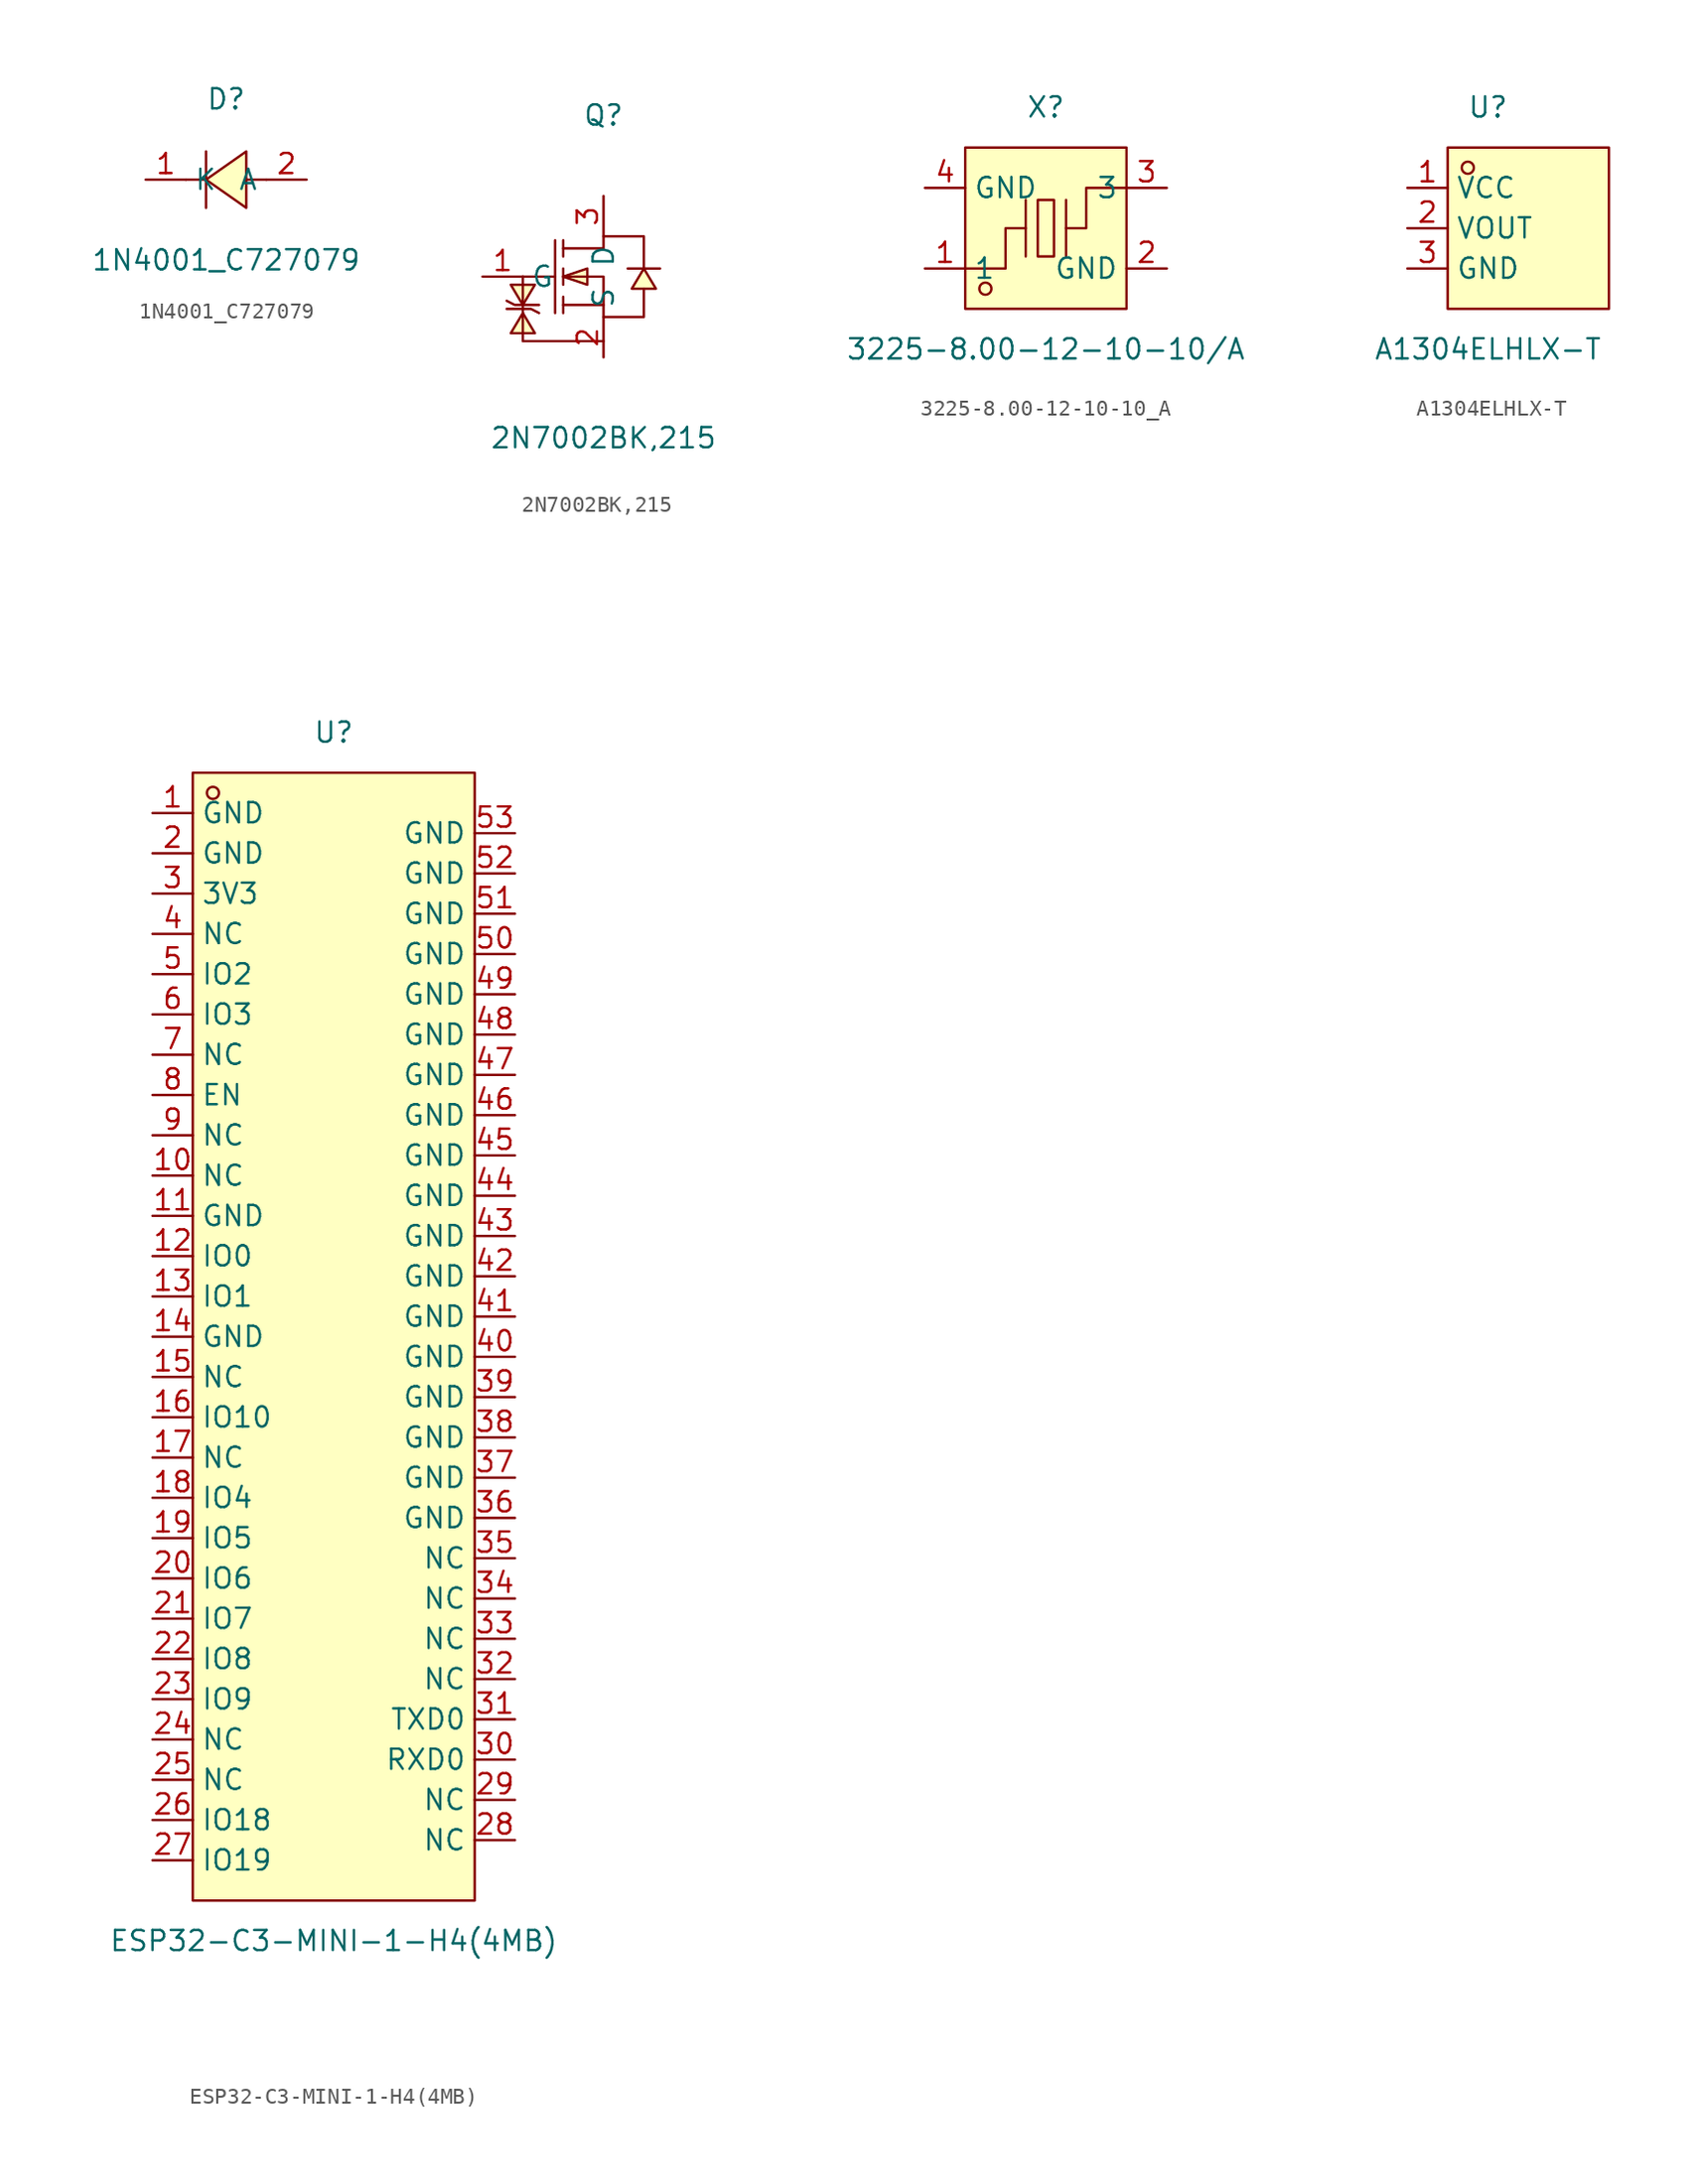
<source format=kicad_sym>
(kicad_symbol_lib
  (version 20211014)
  (generator https://github.com/uPesy/easyeda2kicad.py)
  (symbol "1N4001_C727079"
    (property "Reference" "D"
      (at 0 5.08 0)
      (effects (font (size 1.27 1.27))))
    (property "Value" "1N4001_C727079"
      (at 0 -5.08 0)
      (effects (font (size 1.27 1.27))))
    (symbol "1N4001_C727079_0_1"
      (polyline (pts (xy 1.27 1.78) (xy -1.27 -0.00) (xy 1.27 -1.78) (xy 1.27 1.78)) (stroke (width 0) (type default) (color 0 0 0 0)) (fill (type background)))
      (polyline (pts (xy -1.27 -0.00) (xy -2.54 -0.00)) (stroke (width 0) (type default) (color 0 0 0 0)) (fill (type none)))
      (polyline (pts (xy 2.54 -0.00) (xy 1.27 -0.00)) (stroke (width 0) (type default) (color 0 0 0 0)) (fill (type none)))
      (polyline (pts (xy -1.27 1.78) (xy -1.27 -1.78)) (stroke (width 0) (type default) (color 0 0 0 0)) (fill (type none)))
      (pin unspecified line (at 5.08 -0.00 180) (length 2.54) (name "A" (effects (font (size 1.27 1.27)))) (number "2" (effects (font (size 1.27 1.27)))))
      (pin unspecified line (at -5.08 -0.00 0) (length 2.54) (name "K" (effects (font (size 1.27 1.27)))) (number "1" (effects (font (size 1.27 1.27)))))))
  (symbol "2N7002BK,215"
    (property "Reference" "Q"
      (at 0 10.16 0)
      (effects (font (size 1.27 1.27))))
    (property "Value" "2N7002BK,215"
      (at 0 -10.16 0)
      (effects (font (size 1.27 1.27))))
    (symbol "2N7002BK,215_0_1"
      (polyline (pts (xy -2.54 1.78) (xy 0.00 1.78) (xy 0.00 2.54) (xy 2.54 2.54) (xy 2.54 0.51)) (stroke (width 0) (type default) (color 0 0 0 0)) (fill (type none)))
      (polyline (pts (xy -2.54 -0.00) (xy 0.00 -0.00) (xy 0.00 -2.54) (xy 2.54 -2.54) (xy 2.54 -0.76)) (stroke (width 0) (type default) (color 0 0 0 0)) (fill (type none)))
      (polyline (pts (xy 0.00 -1.78) (xy -2.54 -1.78)) (stroke (width 0) (type default) (color 0 0 0 0)) (fill (type none)))
      (polyline (pts (xy -3.05 2.29) (xy -3.05 -2.29)) (stroke (width 0) (type default) (color 0 0 0 0)) (fill (type none)))
      (polyline (pts (xy -2.54 2.29) (xy -2.54 1.27)) (stroke (width 0) (type default) (color 0 0 0 0)) (fill (type none)))
      (polyline (pts (xy -2.54 -0.51) (xy -2.54 0.51)) (stroke (width 0) (type default) (color 0 0 0 0)) (fill (type none)))
      (polyline (pts (xy -2.54 -2.29) (xy -2.54 -1.27)) (stroke (width 0) (type default) (color 0 0 0 0)) (fill (type none)))
      (polyline (pts (xy -5.08 -0.00) (xy -3.05 -0.00)) (stroke (width 0) (type default) (color 0 0 0 0)) (fill (type none)))
      (polyline (pts (xy 3.56 0.51) (xy 3.05 0.51) (xy 2.03 0.51) (xy 1.52 0.51)) (stroke (width 0) (type default) (color 0 0 0 0)) (fill (type none)))
      (polyline (pts (xy -4.06 -1.78) (xy -4.57 -1.78) (xy -5.59 -1.78) (xy -6.10 -1.52)) (stroke (width 0) (type default) (color 0 0 0 0)) (fill (type none)))
      (polyline (pts (xy -4.06 -2.29) (xy -4.57 -2.03) (xy -5.59 -2.03) (xy -6.10 -2.03)) (stroke (width 0) (type default) (color 0 0 0 0)) (fill (type none)))
      (polyline (pts (xy -5.08 -0.00) (xy -5.08 -4.06) (xy 0.00 -4.06)) (stroke (width 0) (type default) (color 0 0 0 0)) (fill (type none)))
      (polyline (pts (xy -2.54 -0.00) (xy -1.02 -0.51) (xy -1.02 0.51) (xy -2.54 -0.00)) (stroke (width 0) (type default) (color 0 0 0 0)) (fill (type background)))
      (polyline (pts (xy 2.54 0.51) (xy 1.78 -0.76) (xy 3.30 -0.76) (xy 2.54 0.51)) (stroke (width 0) (type default) (color 0 0 0 0)) (fill (type background)))
      (polyline (pts (xy -5.08 -1.78) (xy -5.84 -0.51) (xy -4.32 -0.51) (xy -5.08 -1.78)) (stroke (width 0) (type default) (color 0 0 0 0)) (fill (type background)))
      (polyline (pts (xy -5.08 -2.29) (xy -5.84 -3.56) (xy -4.32 -3.56) (xy -5.08 -2.29)) (stroke (width 0) (type default) (color 0 0 0 0)) (fill (type background)))
      (pin unspecified line (at 0.00 5.08 270) (length 2.54) (name "D" (effects (font (size 1.27 1.27)))) (number "3" (effects (font (size 1.27 1.27)))))
      (pin unspecified line (at -7.62 -0.00 0) (length 2.54) (name "G" (effects (font (size 1.27 1.27)))) (number "1" (effects (font (size 1.27 1.27)))))
      (pin unspecified line (at 0.00 -5.08 90) (length 2.54) (name "S" (effects (font (size 1.27 1.27)))) (number "2" (effects (font (size 1.27 1.27)))))))
  (symbol "3225-8.00-12-10-10_A"
    (property "Reference" "X"
      (at 0 7.62 0)
      (effects (font (size 1.27 1.27))))
    (property "Value" "3225-8.00-12-10-10/A"
      (at 0 -7.62 0)
      (effects (font (size 1.27 1.27))))
    (symbol "3225-8.00-12-10-10_A_0_1"
      (rectangle (start -5.08 5.08) (end 5.08 -5.08) (stroke (width 0) (type default) (color 0 0 0 0)) (fill (type background)))
      (rectangle (start -0.51 1.78) (end 0.51 -1.78) (stroke (width 0) (type default) (color 0 0 0 0)) (fill (type background)))
      (circle (center -3.81 -3.81) (radius 0.38) (stroke (width 0) (type default) (color 0 0 0 0)) (fill (type none)))
      (polyline (pts (xy -1.27 -1.78) (xy -1.27 1.78)) (stroke (width 0) (type default) (color 0 0 0 0)) (fill (type none)))
      (polyline (pts (xy 1.27 -1.78) (xy 1.27 1.78)) (stroke (width 0) (type default) (color 0 0 0 0)) (fill (type none)))
      (polyline (pts (xy -5.08 -2.54) (xy -2.54 -2.54) (xy -2.54 -0.00) (xy -1.27 -0.00)) (stroke (width 0) (type default) (color 0 0 0 0)) (fill (type none)))
      (polyline (pts (xy 5.08 2.54) (xy 2.54 2.54) (xy 2.54 -0.00) (xy 1.27 -0.00)) (stroke (width 0) (type default) (color 0 0 0 0)) (fill (type none)))
      (pin input line (at -7.62 -2.54 0) (length 2.54) (name "1" (effects (font (size 1.27 1.27)))) (number "1" (effects (font (size 1.27 1.27)))))
      (pin input line (at 7.62 2.54 180) (length 2.54) (name "3" (effects (font (size 1.27 1.27)))) (number "3" (effects (font (size 1.27 1.27)))))
      (pin input line (at -7.62 2.54 0) (length 2.54) (name "GND" (effects (font (size 1.27 1.27)))) (number "4" (effects (font (size 1.27 1.27)))))
      (pin input line (at 7.62 -2.54 180) (length 2.54) (name "GND" (effects (font (size 1.27 1.27)))) (number "2" (effects (font (size 1.27 1.27)))))))
  (symbol "A1304ELHLX-T"
    (property "Reference" "U"
      (at 0 7.62 0)
      (effects (font (size 1.27 1.27))))
    (property "Value" "A1304ELHLX-T"
      (at 0 -7.62 0)
      (effects (font (size 1.27 1.27))))
    (symbol "A1304ELHLX-T_0_1"
      (rectangle (start -2.54 5.08) (end 7.62 -5.08) (stroke (width 0) (type default) (color 0 0 0 0)) (fill (type background)))
      (circle (center -1.27 3.81) (radius 0.38) (stroke (width 0) (type default) (color 0 0 0 0)) (fill (type none)))
      (pin unspecified line (at -5.08 -2.54 0) (length 2.54) (name "GND" (effects (font (size 1.27 1.27)))) (number "3" (effects (font (size 1.27 1.27)))))
      (pin unspecified line (at -5.08 -0.00 0) (length 2.54) (name "VOUT" (effects (font (size 1.27 1.27)))) (number "2" (effects (font (size 1.27 1.27)))))
      (pin unspecified line (at -5.08 2.54 0) (length 2.54) (name "VCC" (effects (font (size 1.27 1.27)))) (number "1" (effects (font (size 1.27 1.27)))))))
  (symbol "ESP32-C3-MINI-1-H4(4MB)"
    (property "Reference" "U"
      (at 0 38.10 0)
      (effects (font (size 1.27 1.27))))
    (property "Value" "ESP32-C3-MINI-1-H4(4MB)"
      (at 0 -38.10 0)
      (effects (font (size 1.27 1.27))))
    (symbol "ESP32-C3-MINI-1-H4(4MB)_0_1"
      (rectangle (start -8.89 35.56) (end 8.89 -35.56) (stroke (width 0) (type default) (color 0 0 0 0)) (fill (type background)))
      (circle (center -7.62 34.29) (radius 0.38) (stroke (width 0) (type default) (color 0 0 0 0)) (fill (type none)))
      (pin unspecified line (at 11.43 31.75 180) (length 2.54) (name "GND" (effects (font (size 1.27 1.27)))) (number "53" (effects (font (size 1.27 1.27)))))
      (pin unspecified line (at 11.43 29.21 180) (length 2.54) (name "GND" (effects (font (size 1.27 1.27)))) (number "52" (effects (font (size 1.27 1.27)))))
      (pin unspecified line (at 11.43 26.67 180) (length 2.54) (name "GND" (effects (font (size 1.27 1.27)))) (number "51" (effects (font (size 1.27 1.27)))))
      (pin unspecified line (at 11.43 24.13 180) (length 2.54) (name "GND" (effects (font (size 1.27 1.27)))) (number "50" (effects (font (size 1.27 1.27)))))
      (pin unspecified line (at 11.43 21.59 180) (length 2.54) (name "GND" (effects (font (size 1.27 1.27)))) (number "49" (effects (font (size 1.27 1.27)))))
      (pin unspecified line (at 11.43 19.05 180) (length 2.54) (name "GND" (effects (font (size 1.27 1.27)))) (number "48" (effects (font (size 1.27 1.27)))))
      (pin unspecified line (at 11.43 16.51 180) (length 2.54) (name "GND" (effects (font (size 1.27 1.27)))) (number "47" (effects (font (size 1.27 1.27)))))
      (pin unspecified line (at 11.43 13.97 180) (length 2.54) (name "GND" (effects (font (size 1.27 1.27)))) (number "46" (effects (font (size 1.27 1.27)))))
      (pin unspecified line (at 11.43 11.43 180) (length 2.54) (name "GND" (effects (font (size 1.27 1.27)))) (number "45" (effects (font (size 1.27 1.27)))))
      (pin unspecified line (at 11.43 8.89 180) (length 2.54) (name "GND" (effects (font (size 1.27 1.27)))) (number "44" (effects (font (size 1.27 1.27)))))
      (pin unspecified line (at 11.43 6.35 180) (length 2.54) (name "GND" (effects (font (size 1.27 1.27)))) (number "43" (effects (font (size 1.27 1.27)))))
      (pin unspecified line (at 11.43 3.81 180) (length 2.54) (name "GND" (effects (font (size 1.27 1.27)))) (number "42" (effects (font (size 1.27 1.27)))))
      (pin unspecified line (at 11.43 1.27 180) (length 2.54) (name "GND" (effects (font (size 1.27 1.27)))) (number "41" (effects (font (size 1.27 1.27)))))
      (pin unspecified line (at 11.43 -1.27 180) (length 2.54) (name "GND" (effects (font (size 1.27 1.27)))) (number "40" (effects (font (size 1.27 1.27)))))
      (pin unspecified line (at 11.43 -3.81 180) (length 2.54) (name "GND" (effects (font (size 1.27 1.27)))) (number "39" (effects (font (size 1.27 1.27)))))
      (pin unspecified line (at 11.43 -6.35 180) (length 2.54) (name "GND" (effects (font (size 1.27 1.27)))) (number "38" (effects (font (size 1.27 1.27)))))
      (pin unspecified line (at 11.43 -8.89 180) (length 2.54) (name "GND" (effects (font (size 1.27 1.27)))) (number "37" (effects (font (size 1.27 1.27)))))
      (pin unspecified line (at 11.43 -11.43 180) (length 2.54) (name "GND" (effects (font (size 1.27 1.27)))) (number "36" (effects (font (size 1.27 1.27)))))
      (pin unspecified line (at 11.43 -13.97 180) (length 2.54) (name "NC" (effects (font (size 1.27 1.27)))) (number "35" (effects (font (size 1.27 1.27)))))
      (pin unspecified line (at 11.43 -16.51 180) (length 2.54) (name "NC" (effects (font (size 1.27 1.27)))) (number "34" (effects (font (size 1.27 1.27)))))
      (pin unspecified line (at 11.43 -19.05 180) (length 2.54) (name "NC" (effects (font (size 1.27 1.27)))) (number "33" (effects (font (size 1.27 1.27)))))
      (pin unspecified line (at 11.43 -21.59 180) (length 2.54) (name "NC" (effects (font (size 1.27 1.27)))) (number "32" (effects (font (size 1.27 1.27)))))
      (pin unspecified line (at 11.43 -24.13 180) (length 2.54) (name "TXD0" (effects (font (size 1.27 1.27)))) (number "31" (effects (font (size 1.27 1.27)))))
      (pin unspecified line (at 11.43 -26.67 180) (length 2.54) (name "RXD0" (effects (font (size 1.27 1.27)))) (number "30" (effects (font (size 1.27 1.27)))))
      (pin unspecified line (at 11.43 -29.21 180) (length 2.54) (name "NC" (effects (font (size 1.27 1.27)))) (number "29" (effects (font (size 1.27 1.27)))))
      (pin unspecified line (at 11.43 -31.75 180) (length 2.54) (name "NC" (effects (font (size 1.27 1.27)))) (number "28" (effects (font (size 1.27 1.27)))))
      (pin unspecified line (at -11.43 -33.02 0) (length 2.54) (name "IO19" (effects (font (size 1.27 1.27)))) (number "27" (effects (font (size 1.27 1.27)))))
      (pin unspecified line (at -11.43 -30.48 0) (length 2.54) (name "IO18" (effects (font (size 1.27 1.27)))) (number "26" (effects (font (size 1.27 1.27)))))
      (pin unspecified line (at -11.43 -27.94 0) (length 2.54) (name "NC" (effects (font (size 1.27 1.27)))) (number "25" (effects (font (size 1.27 1.27)))))
      (pin unspecified line (at -11.43 -25.40 0) (length 2.54) (name "NC" (effects (font (size 1.27 1.27)))) (number "24" (effects (font (size 1.27 1.27)))))
      (pin unspecified line (at -11.43 -22.86 0) (length 2.54) (name "IO9" (effects (font (size 1.27 1.27)))) (number "23" (effects (font (size 1.27 1.27)))))
      (pin unspecified line (at -11.43 -20.32 0) (length 2.54) (name "IO8" (effects (font (size 1.27 1.27)))) (number "22" (effects (font (size 1.27 1.27)))))
      (pin unspecified line (at -11.43 -17.78 0) (length 2.54) (name "IO7" (effects (font (size 1.27 1.27)))) (number "21" (effects (font (size 1.27 1.27)))))
      (pin unspecified line (at -11.43 -15.24 0) (length 2.54) (name "IO6" (effects (font (size 1.27 1.27)))) (number "20" (effects (font (size 1.27 1.27)))))
      (pin unspecified line (at -11.43 -12.70 0) (length 2.54) (name "IO5" (effects (font (size 1.27 1.27)))) (number "19" (effects (font (size 1.27 1.27)))))
      (pin unspecified line (at -11.43 -10.16 0) (length 2.54) (name "IO4" (effects (font (size 1.27 1.27)))) (number "18" (effects (font (size 1.27 1.27)))))
      (pin unspecified line (at -11.43 -7.62 0) (length 2.54) (name "NC" (effects (font (size 1.27 1.27)))) (number "17" (effects (font (size 1.27 1.27)))))
      (pin unspecified line (at -11.43 -5.08 0) (length 2.54) (name "IO10" (effects (font (size 1.27 1.27)))) (number "16" (effects (font (size 1.27 1.27)))))
      (pin unspecified line (at -11.43 -2.54 0) (length 2.54) (name "NC" (effects (font (size 1.27 1.27)))) (number "15" (effects (font (size 1.27 1.27)))))
      (pin unspecified line (at -11.43 -0.00 0) (length 2.54) (name "GND" (effects (font (size 1.27 1.27)))) (number "14" (effects (font (size 1.27 1.27)))))
      (pin unspecified line (at -11.43 2.54 0) (length 2.54) (name "IO1" (effects (font (size 1.27 1.27)))) (number "13" (effects (font (size 1.27 1.27)))))
      (pin unspecified line (at -11.43 5.08 0) (length 2.54) (name "IO0" (effects (font (size 1.27 1.27)))) (number "12" (effects (font (size 1.27 1.27)))))
      (pin unspecified line (at -11.43 7.62 0) (length 2.54) (name "GND" (effects (font (size 1.27 1.27)))) (number "11" (effects (font (size 1.27 1.27)))))
      (pin unspecified line (at -11.43 10.16 0) (length 2.54) (name "NC" (effects (font (size 1.27 1.27)))) (number "10" (effects (font (size 1.27 1.27)))))
      (pin unspecified line (at -11.43 12.70 0) (length 2.54) (name "NC" (effects (font (size 1.27 1.27)))) (number "9" (effects (font (size 1.27 1.27)))))
      (pin unspecified line (at -11.43 15.24 0) (length 2.54) (name "EN" (effects (font (size 1.27 1.27)))) (number "8" (effects (font (size 1.27 1.27)))))
      (pin unspecified line (at -11.43 17.78 0) (length 2.54) (name "NC" (effects (font (size 1.27 1.27)))) (number "7" (effects (font (size 1.27 1.27)))))
      (pin unspecified line (at -11.43 20.32 0) (length 2.54) (name "IO3" (effects (font (size 1.27 1.27)))) (number "6" (effects (font (size 1.27 1.27)))))
      (pin unspecified line (at -11.43 22.86 0) (length 2.54) (name "IO2" (effects (font (size 1.27 1.27)))) (number "5" (effects (font (size 1.27 1.27)))))
      (pin unspecified line (at -11.43 25.40 0) (length 2.54) (name "NC" (effects (font (size 1.27 1.27)))) (number "4" (effects (font (size 1.27 1.27)))))
      (pin unspecified line (at -11.43 27.94 0) (length 2.54) (name "3V3" (effects (font (size 1.27 1.27)))) (number "3" (effects (font (size 1.27 1.27)))))
      (pin unspecified line (at -11.43 30.48 0) (length 2.54) (name "GND" (effects (font (size 1.27 1.27)))) (number "2" (effects (font (size 1.27 1.27)))))
      (pin unspecified line (at -11.43 33.02 0) (length 2.54) (name "GND" (effects (font (size 1.27 1.27)))) (number "1" (effects (font (size 1.27 1.27))))))))
</source>
